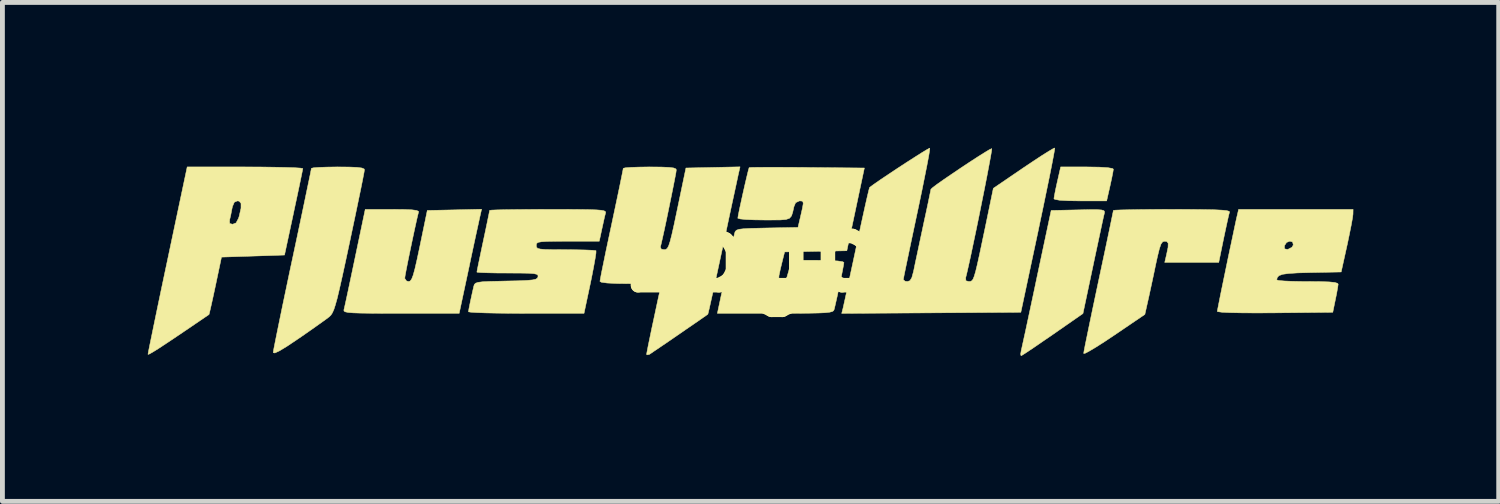
<source format=kicad_pcb>
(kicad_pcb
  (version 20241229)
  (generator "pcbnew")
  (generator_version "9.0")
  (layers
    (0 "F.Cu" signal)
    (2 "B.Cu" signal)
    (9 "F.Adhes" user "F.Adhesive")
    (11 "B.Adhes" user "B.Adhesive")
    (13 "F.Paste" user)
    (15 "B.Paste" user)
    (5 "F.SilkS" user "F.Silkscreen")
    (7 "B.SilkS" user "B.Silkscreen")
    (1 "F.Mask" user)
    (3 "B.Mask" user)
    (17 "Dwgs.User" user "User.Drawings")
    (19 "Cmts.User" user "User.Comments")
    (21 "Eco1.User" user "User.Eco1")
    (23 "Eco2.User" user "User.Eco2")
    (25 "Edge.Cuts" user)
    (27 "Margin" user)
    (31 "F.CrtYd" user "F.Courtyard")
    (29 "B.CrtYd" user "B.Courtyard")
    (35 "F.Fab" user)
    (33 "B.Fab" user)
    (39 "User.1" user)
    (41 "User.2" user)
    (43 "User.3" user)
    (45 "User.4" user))
  (footprint "Logo"
    (layer "F.Cu")
    (at 12.443 2.148)
    (property "Reference" "Logo" (at 0 0 0) (layer "F.SilkS") (effects (font (size 1.524 1.524) (thickness 0.3))))
    (attr through_hole)
    (fp_poly (pts (xy 7.198 -1.748) (xy 7.375 -1.737) (xy 7.471 -1.72) (xy 7.489 -1.706) (xy 7.479 -1.642) (xy 7.455 -1.52) (xy 7.421 -1.364) (xy 7.419 -1.355) (xy 7.35 -1.051) (xy 6.806 -1.051) (xy 6.553 -1.055) (xy 6.376 -1.065) (xy 6.28 -1.083) (xy 6.262 -1.097) (xy 6.272 -1.16) (xy 6.296 -1.283) (xy 6.33 -1.439) (xy 6.332 -1.447) (xy 6.401 -1.752) (xy 6.945 -1.752) (xy 7.198 -1.748)) (stroke (width 0.01) (type solid)) (fill yes) (layer "F.SilkS"))
    (fp_poly (pts (xy 7.15 -0.871) (xy 7.245 -0.864) (xy 7.293 -0.85) (xy 7.307 -0.826) (xy 7.303 -0.795) (xy 7.287 -0.73) (xy 7.257 -0.592) (xy 7.215 -0.395) (xy 7.163 -0.152) (xy 7.104 0.124) (xy 7.071 0.281) (xy 6.861 1.274) (xy 6.234 1.71) (xy 6.028 1.851) (xy 5.849 1.974) (xy 5.707 2.069) (xy 5.614 2.129) (xy 5.583 2.146) (xy 5.575 2.11) (xy 5.586 2.042) (xy 5.601 1.975) (xy 5.632 1.833) (xy 5.677 1.628) (xy 5.732 1.37) (xy 5.796 1.071) (xy 5.866 0.742) (xy 5.908 0.542) (xy 6.205 -0.854) (xy 6.764 -0.866) (xy 6.994 -0.871) (xy 7.15 -0.871)) (stroke (width 0.01) (type solid)) (fill yes) (layer "F.SilkS"))
    (fp_poly (pts (xy -5.575 -0.779) (xy -5.591 -0.708) (xy -5.622 -0.565) (xy -5.666 -0.365) (xy -5.719 -0.119) (xy -5.778 0.157) (xy -5.807 0.296) (xy -6.015 1.27) (xy -7.215 1.27) (xy -7.57 1.27) (xy -7.847 1.268) (xy -8.056 1.265) (xy -8.205 1.26) (xy -8.304 1.252) (xy -8.362 1.24) (xy -8.39 1.225) (xy -8.395 1.204) (xy -8.393 1.193) (xy -8.378 1.13) (xy -8.348 0.994) (xy -8.306 0.798) (xy -8.255 0.557) (xy -8.197 0.282) (xy -8.163 0.12) (xy -7.954 -0.876) (xy -7.394 -0.876) (xy -7.154 -0.874) (xy -6.99 -0.867) (xy -6.894 -0.854) (xy -6.854 -0.835) (xy -6.853 -0.821) (xy -6.872 -0.747) (xy -6.903 -0.61) (xy -6.943 -0.428) (xy -6.987 -0.221) (xy -7.032 -0.006) (xy -7.074 0.198) (xy -7.108 0.371) (xy -7.131 0.495) (xy -7.138 0.549) (xy -7.102 0.602) (xy -7.058 0.613) (xy -7.026 0.603) (xy -6.996 0.563) (xy -6.965 0.484) (xy -6.929 0.353) (xy -6.884 0.158) (xy -6.827 -0.11) (xy -6.825 -0.12) (xy -6.673 -0.854) (xy -6.112 -0.866) (xy -5.552 -0.879) (xy -5.575 -0.779)) (stroke (width 0.01) (type solid)) (fill yes) (layer "F.SilkS"))
    (fp_poly (pts (xy -8.281 -1.75) (xy -8.12 -1.743) (xy -8.022 -1.73) (xy -7.977 -1.71) (xy -7.97 -1.693) (xy -7.979 -1.637) (xy -8.004 -1.506) (xy -8.043 -1.311) (xy -8.095 -1.061) (xy -8.156 -0.767) (xy -8.225 -0.44) (xy -8.277 -0.193) (xy -8.361 0.2) (xy -8.43 0.516) (xy -8.486 0.764) (xy -8.531 0.954) (xy -8.57 1.094) (xy -8.602 1.193) (xy -8.633 1.261) (xy -8.662 1.306) (xy -8.694 1.338) (xy -8.697 1.341) (xy -8.774 1.399) (xy -8.907 1.494) (xy -9.078 1.615) (xy -9.272 1.75) (xy -9.332 1.791) (xy -9.56 1.944) (xy -9.722 2.043) (xy -9.819 2.088) (xy -9.853 2.081) (xy -9.853 2.08) (xy -9.845 2.024) (xy -9.819 1.891) (xy -9.779 1.691) (xy -9.726 1.432) (xy -9.663 1.125) (xy -9.59 0.778) (xy -9.511 0.4) (xy -9.459 0.158) (xy -9.376 -0.232) (xy -9.299 -0.596) (xy -9.23 -0.924) (xy -9.171 -1.208) (xy -9.123 -1.438) (xy -9.088 -1.606) (xy -9.069 -1.703) (xy -9.065 -1.723) (xy -9.024 -1.734) (xy -8.912 -1.743) (xy -8.746 -1.749) (xy -8.541 -1.752) (xy -8.518 -1.752) (xy -8.281 -1.75)) (stroke (width 0.01) (type solid)) (fill yes) (layer "F.SilkS"))
    (fp_poly (pts (xy 9.068 -0.875) (xy 9.359 -0.872) (xy 9.578 -0.868) (xy 9.732 -0.86) (xy 9.83 -0.85) (xy 9.878 -0.836) (xy 9.887 -0.821) (xy 9.87 -0.758) (xy 9.841 -0.629) (xy 9.803 -0.453) (xy 9.765 -0.274) (xy 9.664 0.219) (xy 8.549 0.219) (xy 8.587 0.055) (xy 8.618 -0.094) (xy 8.62 -0.177) (xy 8.592 -0.213) (xy 8.545 -0.219) (xy 8.506 -0.207) (xy 8.472 -0.16) (xy 8.439 -0.065) (xy 8.4 0.093) (xy 8.365 0.252) (xy 8.317 0.482) (xy 8.267 0.715) (xy 8.223 0.918) (xy 8.203 1.007) (xy 8.139 1.292) (xy 7.507 1.721) (xy 7.303 1.857) (xy 7.127 1.969) (xy 6.989 2.051) (xy 6.902 2.096) (xy 6.876 2.098) (xy 6.884 2.045) (xy 6.909 1.915) (xy 6.949 1.721) (xy 7 1.473) (xy 7.061 1.18) (xy 7.13 0.853) (xy 7.182 0.607) (xy 7.255 0.264) (xy 7.322 -0.05) (xy 7.38 -0.327) (xy 7.428 -0.556) (xy 7.463 -0.726) (xy 7.484 -0.828) (xy 7.489 -0.854) (xy 7.531 -0.86) (xy 7.649 -0.865) (xy 7.833 -0.869) (xy 8.07 -0.873) (xy 8.351 -0.875) (xy 8.663 -0.876) (xy 8.698 -0.876) (xy 9.068 -0.875)) (stroke (width 0.01) (type solid)) (fill yes) (layer "F.SilkS"))
    (fp_poly (pts (xy -10.122 -1.751) (xy -9.839 -1.747) (xy -9.599 -1.742) (xy -9.412 -1.736) (xy -9.29 -1.728) (xy -9.243 -1.719) (xy -9.242 -1.719) (xy -9.252 -1.668) (xy -9.277 -1.545) (xy -9.315 -1.362) (xy -9.363 -1.135) (xy -9.419 -0.874) (xy -9.432 -0.81) (xy -9.62 0.066) (xy -10.271 0.088) (xy -10.921 0.109) (xy -11.045 0.698) (xy -11.091 0.912) (xy -11.131 1.093) (xy -11.161 1.224) (xy -11.177 1.289) (xy -11.179 1.294) (xy -11.537 1.538) (xy -11.828 1.735) (xy -12.057 1.888) (xy -12.227 2) (xy -12.345 2.073) (xy -12.414 2.111) (xy -12.438 2.117) (xy -12.438 2.116) (xy -12.43 2.067) (xy -12.405 1.941) (xy -12.365 1.747) (xy -12.313 1.494) (xy -12.25 1.19) (xy -12.178 0.845) (xy -12.098 0.466) (xy -12.034 0.164) (xy -11.863 -0.646) (xy -10.756 -0.646) (xy -10.751 -0.584) (xy -10.691 -0.569) (xy -10.62 -0.597) (xy -10.57 -0.691) (xy -10.556 -0.734) (xy -10.518 -0.901) (xy -10.518 -1.001) (xy -10.557 -1.046) (xy -10.593 -1.051) (xy -10.656 -1.025) (xy -10.695 -0.934) (xy -10.705 -0.887) (xy -10.73 -0.757) (xy -10.754 -0.655) (xy -10.756 -0.646) (xy -11.863 -0.646) (xy -11.629 -1.752) (xy -10.435 -1.752) (xy -10.122 -1.751)) (stroke (width 0.01) (type solid)) (fill yes) (layer "F.SilkS"))
    (fp_poly (pts (xy 12.435 -0.777) (xy 12.425 -0.698) (xy 12.399 -0.553) (xy 12.361 -0.364) (xy 12.316 -0.148) (xy 12.312 -0.131) (xy 12.191 0.416) (xy 11.561 0.428) (xy 11.296 0.435) (xy 11.107 0.447) (xy 10.981 0.464) (xy 10.907 0.492) (xy 10.871 0.531) (xy 10.861 0.58) (xy 10.902 0.592) (xy 11.016 0.602) (xy 11.186 0.609) (xy 11.397 0.613) (xy 11.496 0.613) (xy 11.758 0.615) (xy 11.943 0.621) (xy 12.06 0.633) (xy 12.118 0.651) (xy 12.129 0.668) (xy 12.119 0.738) (xy 12.097 0.863) (xy 12.072 0.985) (xy 12.018 1.248) (xy 10.826 1.26) (xy 10.446 1.262) (xy 10.134 1.26) (xy 9.893 1.255) (xy 9.728 1.247) (xy 9.645 1.235) (xy 9.634 1.229) (xy 9.643 1.178) (xy 9.667 1.056) (xy 9.702 0.879) (xy 9.747 0.66) (xy 9.798 0.414) (xy 9.851 0.156) (xy 9.897 -0.062) (xy 11.02 -0.062) (xy 11.078 -0.05) (xy 11.094 -0.052) (xy 11.175 -0.094) (xy 11.203 -0.142) (xy 11.188 -0.204) (xy 11.131 -0.22) (xy 11.065 -0.194) (xy 11.022 -0.129) (xy 11.02 -0.062) (xy 9.897 -0.062) (xy 9.905 -0.098) (xy 9.955 -0.335) (xy 9.998 -0.539) (xy 10.032 -0.697) (xy 10.051 -0.777) (xy 10.074 -0.876) (xy 12.437 -0.876) (xy 12.435 -0.777)) (stroke (width 0.01) (type solid)) (fill yes) (layer "F.SilkS"))
    (fp_poly (pts (xy -0.24 -1.655) (xy -0.255 -1.589) (xy -0.285 -1.448) (xy -0.329 -1.244) (xy -0.385 -0.986) (xy -0.449 -0.687) (xy -0.519 -0.357) (xy -0.566 -0.139) (xy -0.639 0.2) (xy -0.706 0.511) (xy -0.766 0.783) (xy -0.816 1.007) (xy -0.853 1.172) (xy -0.876 1.268) (xy -0.883 1.289) (xy -0.926 1.32) (xy -1.027 1.39) (xy -1.17 1.489) (xy -1.341 1.606) (xy -1.523 1.732) (xy -1.702 1.855) (xy -1.864 1.965) (xy -1.993 2.052) (xy -2.073 2.107) (xy -2.091 2.118) (xy -2.139 2.127) (xy -2.146 2.113) (xy -2.137 2.062) (xy -2.114 1.942) (xy -2.079 1.773) (xy -2.037 1.57) (xy -1.99 1.352) (xy -1.944 1.136) (xy -1.902 0.94) (xy -1.866 0.781) (xy -1.86 0.755) (xy -1.838 0.657) (xy -2.473 0.657) (xy -2.759 0.654) (xy -2.961 0.644) (xy -3.078 0.628) (xy -3.109 0.61) (xy -3.1 0.557) (xy -3.076 0.429) (xy -3.037 0.239) (xy -2.988 -0.001) (xy -2.929 -0.279) (xy -2.868 -0.565) (xy -2.804 -0.868) (xy -2.746 -1.142) (xy -2.697 -1.377) (xy -2.66 -1.559) (xy -2.636 -1.679) (xy -2.628 -1.723) (xy -2.587 -1.734) (xy -2.475 -1.743) (xy -2.308 -1.749) (xy -2.104 -1.752) (xy -2.08 -1.752) (xy -1.845 -1.75) (xy -1.685 -1.743) (xy -1.587 -1.731) (xy -1.541 -1.711) (xy -1.533 -1.691) (xy -1.541 -1.632) (xy -1.565 -1.505) (xy -1.6 -1.327) (xy -1.643 -1.114) (xy -1.69 -0.885) (xy -1.737 -0.657) (xy -1.782 -0.446) (xy -1.821 -0.271) (xy -1.849 -0.148) (xy -1.862 -0.099) (xy -1.842 -0.055) (xy -1.783 -0.044) (xy -1.749 -0.049) (xy -1.719 -0.072) (xy -1.691 -0.123) (xy -1.661 -0.214) (xy -1.625 -0.355) (xy -1.579 -0.559) (xy -1.521 -0.835) (xy -1.51 -0.887) (xy -1.334 -1.73) (xy -0.775 -1.742) (xy -0.217 -1.754) (xy -0.24 -1.655)) (stroke (width 0.01) (type solid)) (fill yes) (layer "F.SilkS"))
    (fp_poly (pts (xy 0.848 -1.744) (xy 1.16 -1.742) (xy 1.168 -1.741) (xy 2.349 -1.73) (xy 2.168 -0.876) (xy 1.987 -0.022) (xy 1.345 -0.01) (xy 0.703 0.002) (xy 0.662 0.165) (xy 0.613 0.365) (xy 0.586 0.495) (xy 0.583 0.569) (xy 0.602 0.604) (xy 0.642 0.613) (xy 0.649 0.613) (xy 0.708 0.593) (xy 0.751 0.521) (xy 0.788 0.394) (xy 0.841 0.175) (xy 1.384 0.175) (xy 1.625 0.179) (xy 1.801 0.189) (xy 1.903 0.205) (xy 1.927 0.22) (xy 1.918 0.279) (xy 1.895 0.401) (xy 1.863 0.564) (xy 1.825 0.745) (xy 1.787 0.923) (xy 1.753 1.074) (xy 1.729 1.177) (xy 1.724 1.193) (xy 1.712 1.216) (xy 1.683 1.234) (xy 1.628 1.247) (xy 1.537 1.257) (xy 1.401 1.263) (xy 1.209 1.267) (xy 0.952 1.269) (xy 0.62 1.27) (xy 0.509 1.27) (xy -0.685 1.27) (xy -0.52 0.494) (xy -0.465 0.238) (xy -0.416 0.007) (xy -0.374 -0.185) (xy -0.344 -0.32) (xy -0.33 -0.381) (xy -0.317 -0.419) (xy -0.291 -0.446) (xy -0.239 -0.465) (xy -0.147 -0.476) (xy -0.000355 -0.484) (xy 0.214 -0.489) (xy 0.337 -0.492) (xy 0.979 -0.504) (xy 1.035 -0.744) (xy 1.071 -0.903) (xy 1.087 -0.995) (xy 1.08 -1.038) (xy 1.048 -1.05) (xy 1.008 -1.051) (xy 0.93 -1.014) (xy 0.895 -0.931) (xy 0.87 -0.818) (xy 0.845 -0.741) (xy 0.804 -0.693) (xy 0.732 -0.668) (xy 0.613 -0.658) (xy 0.432 -0.657) (xy 0.282 -0.657) (xy 0.075 -0.66) (xy -0.096 -0.667) (xy -0.214 -0.679) (xy -0.262 -0.693) (xy -0.263 -0.694) (xy -0.254 -0.753) (xy -0.23 -0.874) (xy -0.195 -1.035) (xy -0.155 -1.217) (xy -0.114 -1.398) (xy -0.076 -1.559) (xy -0.047 -1.678) (xy -0.03 -1.736) (xy -0.028 -1.738) (xy 0.018 -1.742) (xy 0.14 -1.744) (xy 0.327 -1.745) (xy 0.566 -1.745) (xy 0.848 -1.744)) (stroke (width 0.01) (type solid)) (fill yes) (layer "F.SilkS"))
    (fp_poly (pts (xy -3.823 -0.876) (xy -3.544 -0.874) (xy -3.334 -0.871) (xy -3.184 -0.866) (xy -3.084 -0.858) (xy -3.025 -0.847) (xy -2.997 -0.831) (xy -2.991 -0.811) (xy -2.994 -0.799) (xy -3.015 -0.716) (xy -3.045 -0.58) (xy -3.069 -0.471) (xy -3.123 -0.219) (xy -3.773 -0.219) (xy -4.024 -0.218) (xy -4.201 -0.215) (xy -4.315 -0.208) (xy -4.382 -0.196) (xy -4.414 -0.175) (xy -4.423 -0.145) (xy -4.423 -0.131) (xy -4.419 -0.097) (xy -4.396 -0.072) (xy -4.341 -0.057) (xy -4.241 -0.048) (xy -4.083 -0.045) (xy -3.852 -0.044) (xy -3.817 -0.044) (xy -3.596 -0.042) (xy -3.408 -0.038) (xy -3.269 -0.032) (xy -3.197 -0.025) (xy -3.19 -0.023) (xy -3.191 0.025) (xy -3.209 0.143) (xy -3.24 0.316) (xy -3.281 0.527) (xy -3.303 0.634) (xy -3.438 1.27) (xy -4.631 1.27) (xy -4.944 1.269) (xy -5.226 1.266) (xy -5.467 1.261) (xy -5.654 1.254) (xy -5.776 1.246) (xy -5.823 1.238) (xy -5.823 1.237) (xy -5.813 1.173) (xy -5.786 1.038) (xy -5.745 0.849) (xy -5.714 0.713) (xy -5.702 0.675) (xy -5.677 0.648) (xy -5.624 0.63) (xy -5.531 0.618) (xy -5.384 0.611) (xy -5.169 0.606) (xy -5.047 0.603) (xy -4.795 0.598) (xy -4.617 0.59) (xy -4.501 0.58) (xy -4.432 0.564) (xy -4.399 0.541) (xy -4.388 0.515) (xy -4.388 0.485) (xy -4.413 0.464) (xy -4.474 0.45) (xy -4.584 0.442) (xy -4.755 0.439) (xy -5.001 0.438) (xy -5.011 0.438) (xy -5.236 0.437) (xy -5.427 0.433) (xy -5.567 0.428) (xy -5.641 0.421) (xy -5.649 0.418) (xy -5.641 0.37) (xy -5.617 0.252) (xy -5.581 0.08) (xy -5.537 -0.13) (xy -5.518 -0.219) (xy -5.471 -0.44) (xy -5.432 -0.628) (xy -5.403 -0.769) (xy -5.388 -0.846) (xy -5.387 -0.855) (xy -5.345 -0.861) (xy -5.226 -0.866) (xy -5.043 -0.87) (xy -4.805 -0.873) (xy -4.524 -0.875) (xy -4.212 -0.876) (xy -4.179 -0.876) (xy -3.823 -0.876)) (stroke (width 0.01) (type solid)) (fill yes) (layer "F.SilkS"))
    (fp_poly (pts (xy 6.274 -2.097) (xy 6.252 -1.975) (xy 6.216 -1.786) (xy 6.167 -1.54) (xy 6.106 -1.244) (xy 6.037 -0.91) (xy 5.96 -0.545) (xy 5.938 -0.438) (xy 5.579 1.248) (xy 3.73 1.26) (xy 1.881 1.271) (xy 1.91 1.158) (xy 1.926 1.086) (xy 1.958 0.941) (xy 2.003 0.735) (xy 2.057 0.48) (xy 2.12 0.189) (xy 2.187 -0.125) (xy 2.189 -0.136) (xy 2.255 -0.445) (xy 2.316 -0.724) (xy 2.369 -0.964) (xy 2.412 -1.152) (xy 2.442 -1.277) (xy 2.457 -1.329) (xy 2.457 -1.329) (xy 2.545 -1.394) (xy 2.679 -1.487) (xy 2.845 -1.598) (xy 3.028 -1.72) (xy 3.213 -1.841) (xy 3.388 -1.953) (xy 3.536 -2.047) (xy 3.644 -2.112) (xy 3.697 -2.14) (xy 3.699 -2.14) (xy 3.696 -2.093) (xy 3.676 -1.972) (xy 3.641 -1.786) (xy 3.593 -1.546) (xy 3.536 -1.262) (xy 3.47 -0.945) (xy 3.437 -0.79) (xy 3.367 -0.46) (xy 3.303 -0.158) (xy 3.248 0.106) (xy 3.203 0.321) (xy 3.171 0.477) (xy 3.155 0.563) (xy 3.153 0.576) (xy 3.19 0.607) (xy 3.238 0.613) (xy 3.29 0.596) (xy 3.329 0.532) (xy 3.364 0.403) (xy 3.373 0.361) (xy 3.4 0.229) (xy 3.442 0.034) (xy 3.492 -0.203) (xy 3.547 -0.459) (xy 3.573 -0.583) (xy 3.624 -0.817) (xy 3.667 -1.019) (xy 3.699 -1.175) (xy 3.719 -1.27) (xy 3.722 -1.291) (xy 3.757 -1.324) (xy 3.849 -1.394) (xy 3.987 -1.491) (xy 4.154 -1.605) (xy 4.336 -1.728) (xy 4.52 -1.85) (xy 4.691 -1.961) (xy 4.834 -2.051) (xy 4.934 -2.111) (xy 4.978 -2.13) (xy 4.979 -2.13) (xy 4.975 -2.085) (xy 4.955 -1.967) (xy 4.922 -1.788) (xy 4.879 -1.561) (xy 4.828 -1.3) (xy 4.771 -1.016) (xy 4.712 -0.722) (xy 4.652 -0.43) (xy 4.594 -0.155) (xy 4.542 0.093) (xy 4.496 0.3) (xy 4.461 0.454) (xy 4.44 0.536) (xy 4.445 0.598) (xy 4.506 0.613) (xy 4.538 0.611) (xy 4.565 0.599) (xy 4.591 0.567) (xy 4.616 0.506) (xy 4.646 0.405) (xy 4.682 0.255) (xy 4.728 0.047) (xy 4.786 -0.229) (xy 4.846 -0.513) (xy 5.011 -1.311) (xy 5.636 -1.737) (xy 5.841 -1.874) (xy 6.019 -1.991) (xy 6.16 -2.079) (xy 6.25 -2.132) (xy 6.279 -2.143) (xy 6.274 -2.097)) (stroke (width 0.01) (type solid)) (fill yes) (layer "F.SilkS")))
  (gr_rect
    (start -3 -3)
    (end 27.886 7.299)
    (stroke (width 0.1) (type default))
    (fill no)
    (layer "Edge.Cuts")))
</source>
